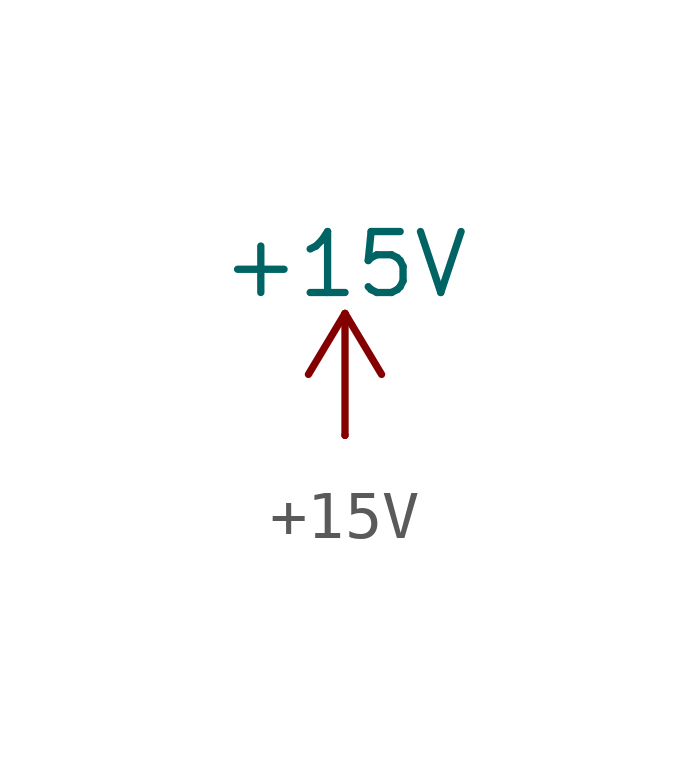
<source format=kicad_sym>
(kicad_symbol_lib
  (version 20231120)
  (generator "kicad_symbol_editor")
  (generator_version "8.0")
  (symbol "+15V"
    (power)
    (pin_numbers hide)
    (pin_names
      (offset 0) hide)
    (property "Reference" "#PWR"
      (at 0 -3.81 0)
      (effects (font (size 1.27 1.27)) (hide yes)))
    (property "Value" "+15V"
      (at 0 3.556 0)
      (effects (font (size 1.27 1.27))))
    (symbol "+15V_0_1"
      (polyline (pts (xy -0.762 1.27) (xy 0 2.54)) (stroke (width 0) (type default)) (fill (type none)))
      (polyline (pts (xy 0 0) (xy 0 2.54)) (stroke (width 0) (type default)) (fill (type none)))
      (polyline (pts (xy 0 2.54) (xy 0.762 1.27)) (stroke (width 0) (type default)) (fill (type none))))
    (symbol "+15V_1_1"
      (pin power_in line (at 0 0 90) (length 0) (name "~" (effects (font (size 1.27 1.27)))) (number "1" (effects (font (size 1.27 1.27))))))))
</source>
